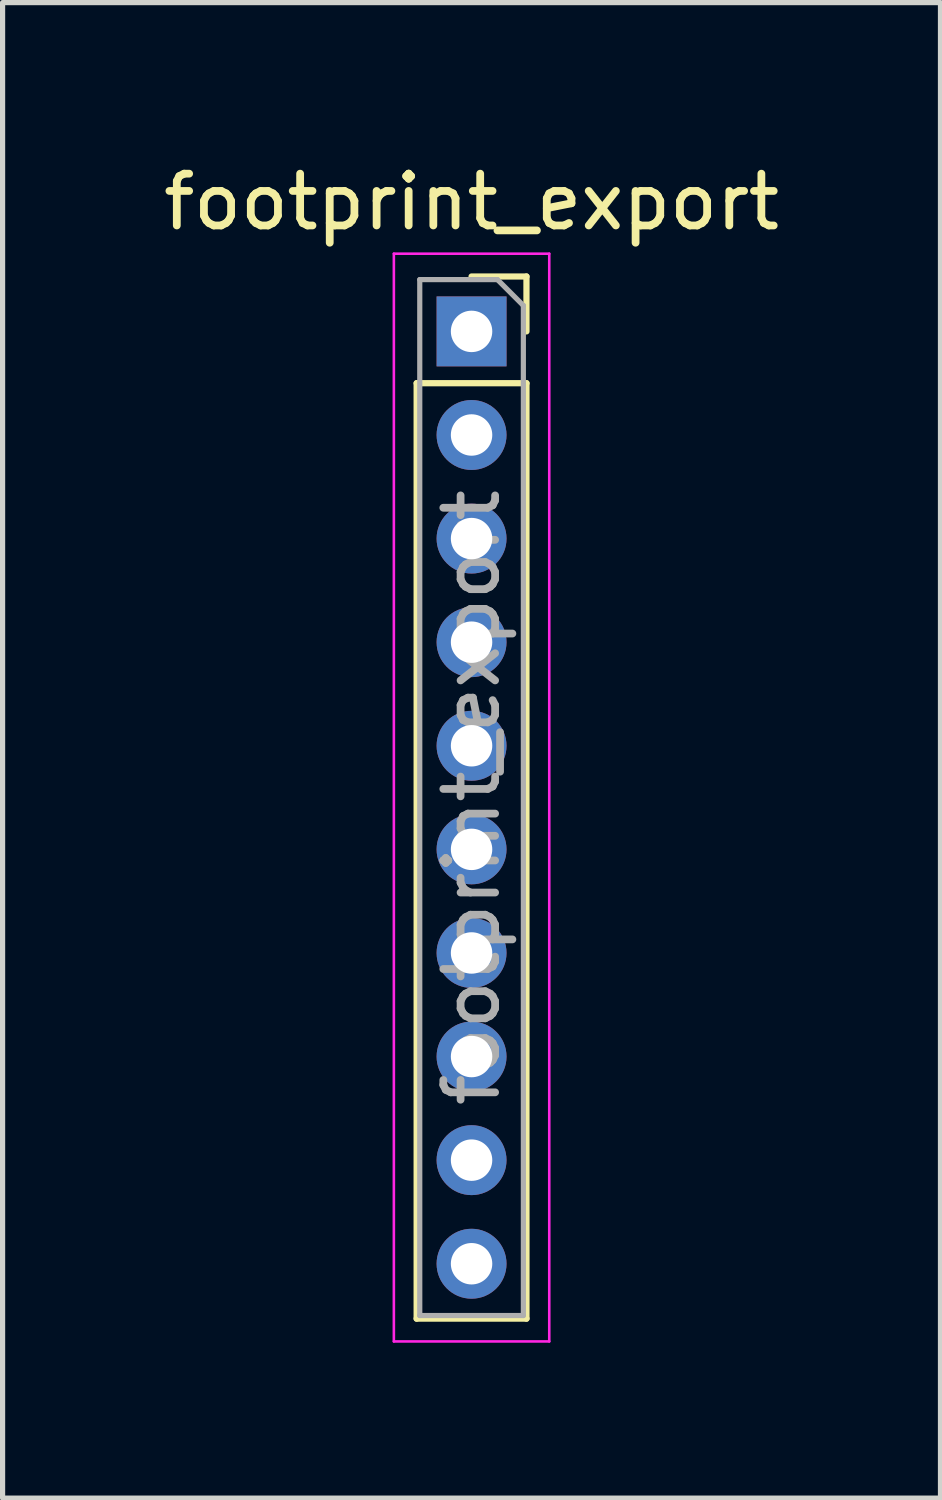
<source format=kicad_pcb>
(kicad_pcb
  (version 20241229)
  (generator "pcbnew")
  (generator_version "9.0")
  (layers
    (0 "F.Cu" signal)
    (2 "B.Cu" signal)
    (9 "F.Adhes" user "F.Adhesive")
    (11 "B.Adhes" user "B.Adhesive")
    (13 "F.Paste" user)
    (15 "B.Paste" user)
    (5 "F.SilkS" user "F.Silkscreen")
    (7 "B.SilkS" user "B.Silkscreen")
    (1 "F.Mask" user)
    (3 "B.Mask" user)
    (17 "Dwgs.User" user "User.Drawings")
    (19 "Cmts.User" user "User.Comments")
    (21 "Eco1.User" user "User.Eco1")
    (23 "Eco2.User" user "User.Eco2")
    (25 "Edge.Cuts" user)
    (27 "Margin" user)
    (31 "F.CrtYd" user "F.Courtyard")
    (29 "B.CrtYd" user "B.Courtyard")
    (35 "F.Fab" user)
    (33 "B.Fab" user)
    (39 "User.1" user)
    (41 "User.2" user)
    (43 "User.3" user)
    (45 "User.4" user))
  (footprint "footprint_export"
    (layer "F.Cu")
    (at 6.054 3.348)
    (property "Reference" "footprint_export" (at 0 -2.5 0) (layer "F.SilkS") (effects (font (size 1 1) (thickness 0.15))))
    (attr through_hole)
    (fp_line (start -1.06 1) (end -1.06 19.06) (stroke (width 0.12) (type solid)) (layer "F.SilkS"))
    (fp_line (start -1.06 1) (end 1.06 1) (stroke (width 0.12) (type solid)) (layer "F.SilkS"))
    (fp_line (start -1.06 19.06) (end 1.06 19.06) (stroke (width 0.12) (type solid)) (layer "F.SilkS"))
    (fp_line (start 0 -1.06) (end 1.06 -1.06) (stroke (width 0.12) (type solid)) (layer "F.SilkS"))
    (fp_line (start 1.06 -1.06) (end 1.06 0) (stroke (width 0.12) (type solid)) (layer "F.SilkS"))
    (fp_line (start 1.06 1) (end 1.06 19.06) (stroke (width 0.12) (type solid)) (layer "F.SilkS"))
    (fp_line (start -1.5 -1.5) (end 1.5 -1.5) (stroke (width 0.05) (type solid)) (layer "F.CrtYd"))
    (fp_line (start -1.5 19.5) (end -1.5 -1.5) (stroke (width 0.05) (type solid)) (layer "F.CrtYd"))
    (fp_line (start 1.5 -1.5) (end 1.5 19.5) (stroke (width 0.05) (type solid)) (layer "F.CrtYd"))
    (fp_line (start 1.5 19.5) (end -1.5 19.5) (stroke (width 0.05) (type solid)) (layer "F.CrtYd"))
    (fp_line (start -1 -1) (end 0.5 -1) (stroke (width 0.1) (type solid)) (layer "F.Fab"))
    (fp_line (start -1 19) (end -1 -1) (stroke (width 0.1) (type solid)) (layer "F.Fab"))
    (fp_line (start 0.5 -1) (end 1 -0.5) (stroke (width 0.1) (type solid)) (layer "F.Fab"))
    (fp_line (start 1 -0.5) (end 1 19) (stroke (width 0.1) (type solid)) (layer "F.Fab"))
    (fp_line (start 1 19) (end -1 19) (stroke (width 0.1) (type solid)) (layer "F.Fab"))
    (fp_text user "${REFERENCE}" (at 0 9 90) (layer "F.Fab") (effects (font (size 1 1) (thickness 0.15))))
    (pad "1" thru_hole rect (at 0 0) (size 1.35 1.35) (drill 0.8) (layers "*.Cu" "*.Mask"))
    (pad "2" thru_hole oval (at 0 2) (size 1.35 1.35) (drill 0.8) (layers "*.Cu" "*.Mask"))
    (pad "3" thru_hole oval (at 0 4) (size 1.35 1.35) (drill 0.8) (layers "*.Cu" "*.Mask"))
    (pad "4" thru_hole oval (at 0 6) (size 1.35 1.35) (drill 0.8) (layers "*.Cu" "*.Mask"))
    (pad "5" thru_hole oval (at 0 8) (size 1.35 1.35) (drill 0.8) (layers "*.Cu" "*.Mask"))
    (pad "6" thru_hole oval (at 0 10) (size 1.35 1.35) (drill 0.8) (layers "*.Cu" "*.Mask"))
    (pad "7" thru_hole oval (at 0 12) (size 1.35 1.35) (drill 0.8) (layers "*.Cu" "*.Mask"))
    (pad "8" thru_hole oval (at 0 14) (size 1.35 1.35) (drill 0.8) (layers "*.Cu" "*.Mask"))
    (pad "9" thru_hole oval (at 0 16) (size 1.35 1.35) (drill 0.8) (layers "*.Cu" "*.Mask"))
    (pad "10" thru_hole oval (at 0 18) (size 1.35 1.35) (drill 0.8) (layers "*.Cu" "*.Mask")))
  (gr_rect
    (start -3 -3)
    (end 15.107 25.873)
    (stroke (width 0.1) (type default))
    (fill no)
    (layer "Edge.Cuts")))
</source>
